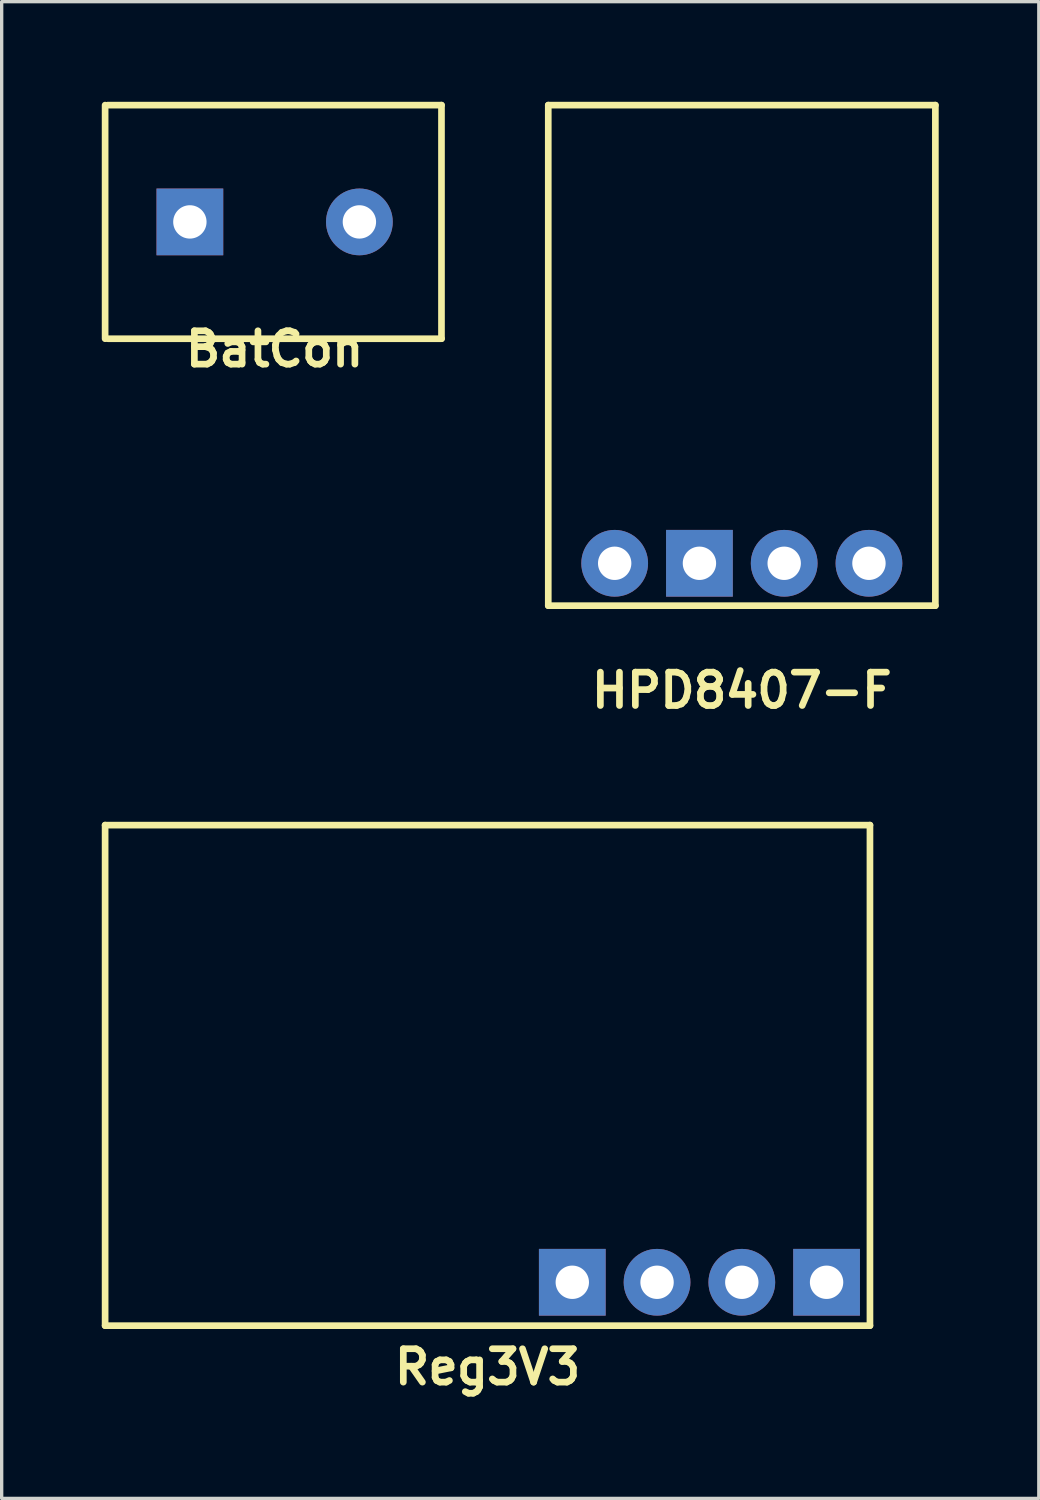
<source format=kicad_pcb>
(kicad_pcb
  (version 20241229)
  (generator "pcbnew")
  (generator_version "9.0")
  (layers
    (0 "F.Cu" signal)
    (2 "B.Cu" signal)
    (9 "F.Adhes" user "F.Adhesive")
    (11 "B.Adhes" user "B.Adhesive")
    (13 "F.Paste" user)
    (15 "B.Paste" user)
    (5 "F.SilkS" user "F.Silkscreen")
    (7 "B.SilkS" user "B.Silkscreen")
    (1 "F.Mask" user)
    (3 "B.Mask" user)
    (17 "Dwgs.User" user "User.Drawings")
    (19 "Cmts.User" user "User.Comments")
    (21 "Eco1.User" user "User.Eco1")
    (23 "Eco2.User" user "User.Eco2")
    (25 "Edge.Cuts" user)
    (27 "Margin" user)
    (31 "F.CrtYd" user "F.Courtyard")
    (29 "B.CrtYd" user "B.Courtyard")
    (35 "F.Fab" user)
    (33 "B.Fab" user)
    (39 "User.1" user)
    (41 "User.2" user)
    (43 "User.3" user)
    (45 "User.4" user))
  (footprint "HPD8407-F"
    (layer "F.Cu")
    (at 19.18 15.1)
    (property "Reference" "HPD8407-F" (at 0 2.54 0) (layer "F.SilkS") (effects (font (size 1 1) (thickness 0.2))))
    (attr through_hole)
    (fp_line (start -5.8 0) (end -5.8 -15) (stroke (width 0.2) (type solid)) (layer "F.SilkS"))
    (fp_line (start -5.8 0) (end 5.8 0) (stroke (width 0.2) (type solid)) (layer "F.SilkS"))
    (fp_line (start 5.8 -15) (end -5.8 -15) (stroke (width 0.2) (type solid)) (layer "F.SilkS"))
    (fp_line (start 5.8 0) (end 5.8 -15) (stroke (width 0.2) (type solid)) (layer "F.SilkS"))
    (pad "1" thru_hole circle (at -3.81 -1.27) (size 2 2) (drill 1) (layers "*.Cu" "*.Mask"))
    (pad "2" thru_hole rect (at -1.27 -1.27) (size 2 2) (drill 1) (layers "*.Cu" "*.Mask"))
    (pad "3" thru_hole circle (at 1.27 -1.27) (size 2 2) (drill 1) (layers "*.Cu" "*.Mask"))
    (pad "4" thru_hole circle (at 3.81 -1.27) (size 2 2) (drill 1) (layers "*.Cu" "*.Mask")))
  (footprint "Reg3V3"
    (layer "F.Cu")
    (at 11.56 35.376)
    (property "Reference" "Reg3V3" (at 0 2.54 0) (layer "F.SilkS") (effects (font (size 1 1) (thickness 0.2))))
    (attr through_hole)
    (fp_line (start -11.46 -13.7) (end 11.46 -13.7) (stroke (width 0.2) (type solid)) (layer "F.SilkS"))
    (fp_line (start -11.46 1.3) (end -11.46 -13.7) (stroke (width 0.2) (type solid)) (layer "F.SilkS"))
    (fp_line (start -11.46 1.3) (end 11.46 1.3) (stroke (width 0.2) (type solid)) (layer "F.SilkS"))
    (fp_line (start 11.46 1.3) (end 11.46 -13.7) (stroke (width 0.2) (type solid)) (layer "F.SilkS"))
    (pad "1" thru_hole rect (at 2.54 0) (size 2 2) (drill 1) (layers "*.Cu" "*.Mask"))
    (pad "2" thru_hole circle (at 5.08 0) (size 2 2) (drill 1) (layers "*.Cu" "*.Mask"))
    (pad "3" thru_hole circle (at 7.62 0) (size 2 2) (drill 1) (layers "*.Cu" "*.Mask"))
    (pad "4" thru_hole rect (at 10.16 0) (size 2 2) (drill 1) (layers "*.Cu" "*.Mask")))
  (footprint "BatCon"
    (layer "F.Cu")
    (at 5.18 3.6)
    (property "Reference" "BatCon" (at 0 3.81 0) (layer "F.SilkS") (effects (font (size 1 1) (thickness 0.2))))
    (attr through_hole)
    (fp_line (start -5.08 -3.5) (end -5.08 3.5) (stroke (width 0.2) (type solid)) (layer "F.SilkS"))
    (fp_line (start -5 -3.5) (end 5 -3.5) (stroke (width 0.2) (type solid)) (layer "F.SilkS"))
    (fp_line (start -5 3.5) (end 5 3.5) (stroke (width 0.2) (type solid)) (layer "F.SilkS"))
    (fp_line (start 5 -3.5) (end 5 3.5) (stroke (width 0.2) (type solid)) (layer "F.SilkS"))
    (pad "1" thru_hole rect (at -2.54 0) (size 2 2) (drill 1) (layers "*.Cu" "*.Mask"))
    (pad "2" thru_hole circle (at 2.54 0) (size 2 2) (drill 1) (layers "*.Cu" "*.Mask")))
  (gr_rect
    (start -3 -3)
    (end 28.08 41.852)
    (stroke (width 0.1) (type default))
    (fill no)
    (layer "Edge.Cuts")))
</source>
